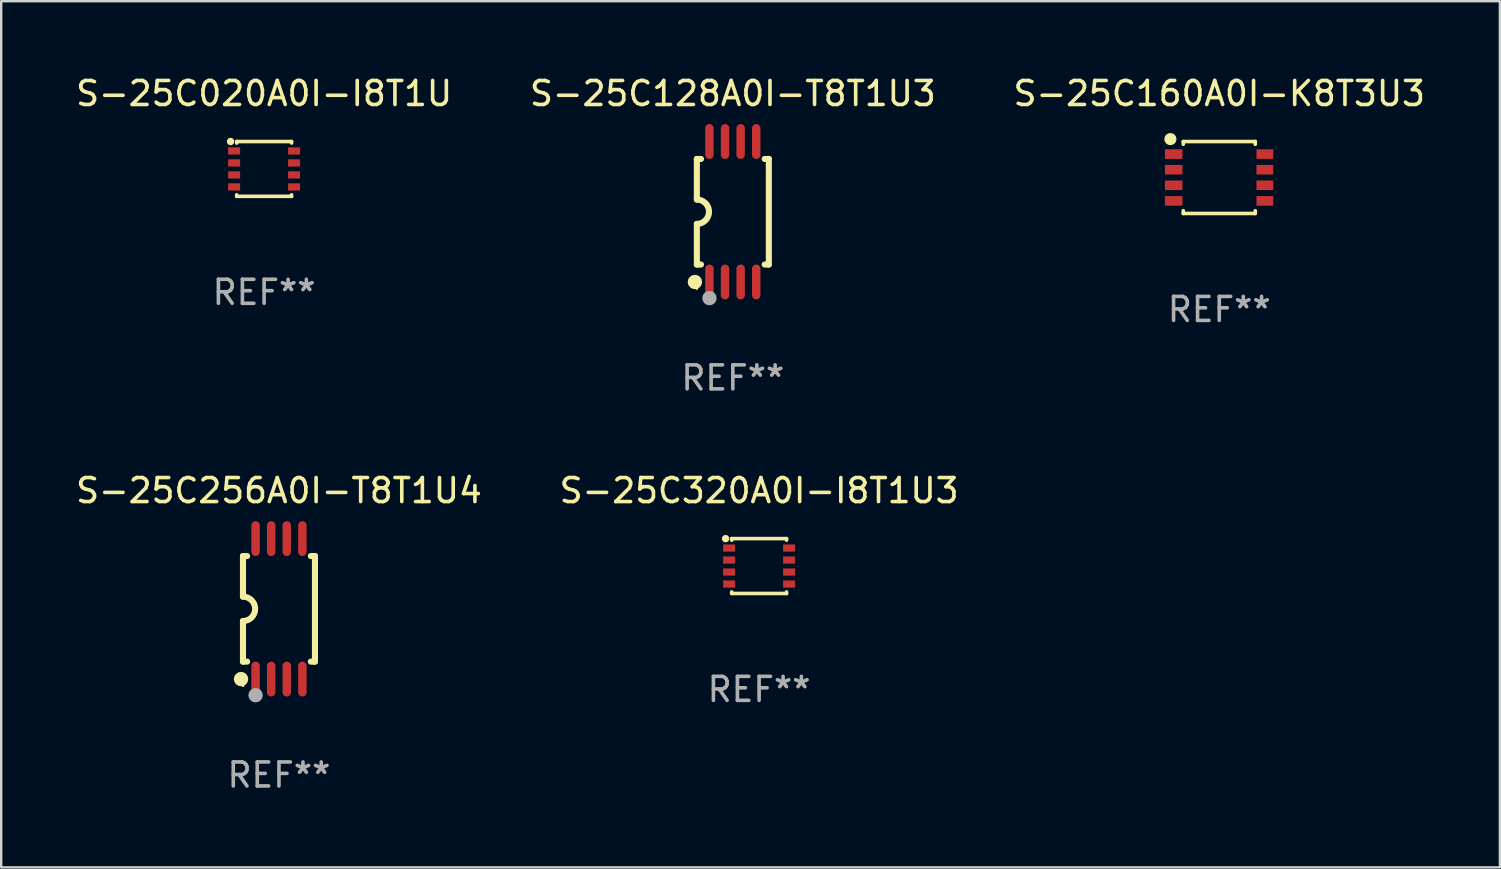
<source format=kicad_pcb>
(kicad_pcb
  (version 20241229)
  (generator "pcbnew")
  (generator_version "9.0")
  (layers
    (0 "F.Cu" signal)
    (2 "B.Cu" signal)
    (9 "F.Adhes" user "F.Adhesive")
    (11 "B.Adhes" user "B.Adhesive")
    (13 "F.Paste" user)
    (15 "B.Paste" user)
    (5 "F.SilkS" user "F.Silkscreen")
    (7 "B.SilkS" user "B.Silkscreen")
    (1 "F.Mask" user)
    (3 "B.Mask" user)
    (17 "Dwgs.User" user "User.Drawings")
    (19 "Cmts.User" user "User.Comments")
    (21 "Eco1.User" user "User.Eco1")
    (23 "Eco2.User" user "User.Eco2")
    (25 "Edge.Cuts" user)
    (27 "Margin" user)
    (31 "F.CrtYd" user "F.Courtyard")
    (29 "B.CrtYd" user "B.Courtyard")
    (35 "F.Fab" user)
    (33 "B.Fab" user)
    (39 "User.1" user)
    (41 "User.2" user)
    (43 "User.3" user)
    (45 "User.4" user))
  (footprint "S-25C320A0I-I8T1U3"
    (layer "F.Cu")
    (at 28.589 20.542)
    (property "Reference" "S-25C320A0I-I8T1U3" (at 0 -3.143 0) (layer "F.SilkS") (effects (font (size 1 1) (thickness 0.15))))
    (attr through_hole)
    (fp_line (start -1.143 -1.143) (end -1.143 -1.079) (stroke (width 0.15) (type solid)) (layer "F.SilkS"))
    (fp_line (start -1.143 1.079) (end -1.143 1.143) (stroke (width 0.15) (type solid)) (layer "F.SilkS"))
    (fp_line (start -1.143 1.143) (end 1.143 1.143) (stroke (width 0.15) (type solid)) (layer "F.SilkS"))
    (fp_line (start 1.143 -1.143) (end -1.143 -1.143) (stroke (width 0.15) (type solid)) (layer "F.SilkS"))
    (fp_line (start 1.143 -1.079) (end 1.143 -1.143) (stroke (width 0.15) (type solid)) (layer "F.SilkS"))
    (fp_line (start 1.143 1.143) (end 1.143 1.079) (stroke (width 0.15) (type solid)) (layer "F.SilkS"))
    (fp_circle (center -1.397 -1.143) (end -1.317 -1.143) (stroke (width 0.15) (type solid)) (fill no) (layer "F.SilkS"))
    (fp_text user "REF**" (at 0 5.143 0) (layer "F.Fab") (effects (font (size 1 1) (thickness 0.15))))
    (pad "1" smd rect (at -1.25 -0.75 270) (size 0.3 0.5) (layers "F.Cu" "F.Mask" "F.Paste"))
    (pad "2" smd rect (at -1.25 -0.25 270) (size 0.3 0.5) (layers "F.Cu" "F.Mask" "F.Paste"))
    (pad "3" smd rect (at -1.25 0.25 270) (size 0.3 0.5) (layers "F.Cu" "F.Mask" "F.Paste"))
    (pad "4" smd rect (at -1.25 0.75 270) (size 0.3 0.5) (layers "F.Cu" "F.Mask" "F.Paste"))
    (pad "5" smd rect (at 1.25 0.75 270) (size 0.3 0.5) (layers "F.Cu" "F.Mask" "F.Paste"))
    (pad "6" smd rect (at 1.25 0.25 270) (size 0.3 0.5) (layers "F.Cu" "F.Mask" "F.Paste"))
    (pad "7" smd rect (at 1.25 -0.25 270) (size 0.3 0.5) (layers "F.Cu" "F.Mask" "F.Paste"))
    (pad "8" smd rect (at 1.25 -0.75 270) (size 0.3 0.5) (layers "F.Cu" "F.Mask" "F.Paste")))
  (footprint "S-25C128A0I-T8T1U3"
    (layer "F.Cu")
    (at 27.494 5.775)
    (property "Reference" "S-25C128A0I-T8T1U3" (at 0 -4.927 0) (layer "F.SilkS") (effects (font (size 1 1) (thickness 0.15))))
    (attr through_hole)
    (fp_line (start -1.5 -2.2) (end -1.5 -0.508) (stroke (width 0.254) (type solid)) (layer "F.SilkS"))
    (fp_line (start -1.5 -2.2) (end -1.328 -2.2) (stroke (width 0.254) (type solid)) (layer "F.SilkS"))
    (fp_line (start -1.5 2.2) (end -1.5 0.508) (stroke (width 0.254) (type solid)) (layer "F.SilkS"))
    (fp_line (start -1.5 2.2) (end -1.328 2.2) (stroke (width 0.254) (type solid)) (layer "F.SilkS"))
    (fp_line (start 1.328 -2.2) (end 1.5 -2.2) (stroke (width 0.254) (type solid)) (layer "F.SilkS"))
    (fp_line (start 1.328 2.2) (end 1.5 2.2) (stroke (width 0.254) (type solid)) (layer "F.SilkS"))
    (fp_line (start 1.5 -2.2) (end 1.5 2.2) (stroke (width 0.254) (type solid)) (layer "F.SilkS"))
    (fp_arc (start -1.501144 -0.508) (mid -0.993143 -0.000571) (end -1.5 0.508001) (stroke (width 0.254001) (type solid)) (layer "F.SilkS"))
    (fp_circle (center -1.581 2.927) (end -1.431 2.927) (stroke (width 0.3) (type solid)) (fill no) (layer "F.SilkS"))
    (fp_circle (center -1.5 3.2) (end -1.47 3.2) (stroke (width 0.06) (type solid)) (fill no) (layer "F.SilkS"))
    (fp_circle (center -0.975 3.6) (end -0.825 3.6) (stroke (width 0.3) (type solid)) (fill no) (layer "F.Fab"))
    (fp_text user "REF**" (at 0 6.927 0) (layer "F.Fab") (effects (font (size 1 1) (thickness 0.15))))
    (pad "1" smd oval (at -0.975 2.927) (size 0.353 1.454) (layers "F.Cu" "F.Mask" "F.Paste"))
    (pad "2" smd oval (at -0.325 2.927) (size 0.353 1.454) (layers "F.Cu" "F.Mask" "F.Paste"))
    (pad "3" smd oval (at 0.325 2.927) (size 0.353 1.454) (layers "F.Cu" "F.Mask" "F.Paste"))
    (pad "4" smd oval (at 0.975 2.927) (size 0.353 1.454) (layers "F.Cu" "F.Mask" "F.Paste"))
    (pad "5" smd oval (at 0.975 -2.927) (size 0.353 1.454) (layers "F.Cu" "F.Mask" "F.Paste"))
    (pad "6" smd oval (at 0.325 -2.927) (size 0.353 1.454) (layers "F.Cu" "F.Mask" "F.Paste"))
    (pad "7" smd oval (at -0.325 -2.927) (size 0.353 1.454) (layers "F.Cu" "F.Mask" "F.Paste"))
    (pad "8" smd oval (at -0.975 -2.927) (size 0.353 1.454) (layers "F.Cu" "F.Mask" "F.Paste")))
  (footprint "S-25C020A0I-I8T1U"
    (layer "F.Cu")
    (at 7.958 3.991)
    (property "Reference" "S-25C020A0I-I8T1U" (at 0 -3.143 0) (layer "F.SilkS") (effects (font (size 1 1) (thickness 0.15))))
    (attr through_hole)
    (fp_line (start -1.143 -1.143) (end -1.143 -1.079) (stroke (width 0.15) (type solid)) (layer "F.SilkS"))
    (fp_line (start -1.143 1.079) (end -1.143 1.143) (stroke (width 0.15) (type solid)) (layer "F.SilkS"))
    (fp_line (start -1.143 1.143) (end 1.143 1.143) (stroke (width 0.15) (type solid)) (layer "F.SilkS"))
    (fp_line (start 1.143 -1.143) (end -1.143 -1.143) (stroke (width 0.15) (type solid)) (layer "F.SilkS"))
    (fp_line (start 1.143 -1.079) (end 1.143 -1.143) (stroke (width 0.15) (type solid)) (layer "F.SilkS"))
    (fp_line (start 1.143 1.143) (end 1.143 1.079) (stroke (width 0.15) (type solid)) (layer "F.SilkS"))
    (fp_circle (center -1.397 -1.143) (end -1.317 -1.143) (stroke (width 0.15) (type solid)) (fill no) (layer "F.SilkS"))
    (fp_text user "REF**" (at 0 5.143 0) (layer "F.Fab") (effects (font (size 1 1) (thickness 0.15))))
    (pad "1" smd rect (at -1.25 -0.75 270) (size 0.3 0.5) (layers "F.Cu" "F.Mask" "F.Paste"))
    (pad "2" smd rect (at -1.25 -0.25 270) (size 0.3 0.5) (layers "F.Cu" "F.Mask" "F.Paste"))
    (pad "3" smd rect (at -1.25 0.25 270) (size 0.3 0.5) (layers "F.Cu" "F.Mask" "F.Paste"))
    (pad "4" smd rect (at -1.25 0.75 270) (size 0.3 0.5) (layers "F.Cu" "F.Mask" "F.Paste"))
    (pad "5" smd rect (at 1.25 0.75 270) (size 0.3 0.5) (layers "F.Cu" "F.Mask" "F.Paste"))
    (pad "6" smd rect (at 1.25 0.25 270) (size 0.3 0.5) (layers "F.Cu" "F.Mask" "F.Paste"))
    (pad "7" smd rect (at 1.25 -0.25 270) (size 0.3 0.5) (layers "F.Cu" "F.Mask" "F.Paste"))
    (pad "8" smd rect (at 1.25 -0.75 270) (size 0.3 0.5) (layers "F.Cu" "F.Mask" "F.Paste")))
  (footprint "S-25C256A0I-T8T1U4"
    (layer "F.Cu")
    (at 8.577 22.326)
    (property "Reference" "S-25C256A0I-T8T1U4" (at 0 -4.927 0) (layer "F.SilkS") (effects (font (size 1 1) (thickness 0.15))))
    (attr through_hole)
    (fp_line (start -1.5 -2.2) (end -1.5 -0.508) (stroke (width 0.254) (type solid)) (layer "F.SilkS"))
    (fp_line (start -1.5 -2.2) (end -1.328 -2.2) (stroke (width 0.254) (type solid)) (layer "F.SilkS"))
    (fp_line (start -1.5 2.2) (end -1.5 0.508) (stroke (width 0.254) (type solid)) (layer "F.SilkS"))
    (fp_line (start -1.5 2.2) (end -1.328 2.2) (stroke (width 0.254) (type solid)) (layer "F.SilkS"))
    (fp_line (start 1.328 -2.2) (end 1.5 -2.2) (stroke (width 0.254) (type solid)) (layer "F.SilkS"))
    (fp_line (start 1.328 2.2) (end 1.5 2.2) (stroke (width 0.254) (type solid)) (layer "F.SilkS"))
    (fp_line (start 1.5 -2.2) (end 1.5 2.2) (stroke (width 0.254) (type solid)) (layer "F.SilkS"))
    (fp_arc (start -1.501144 -0.508) (mid -0.993143 -0.000571) (end -1.5 0.508001) (stroke (width 0.254001) (type solid)) (layer "F.SilkS"))
    (fp_circle (center -1.581 2.927) (end -1.431 2.927) (stroke (width 0.3) (type solid)) (fill no) (layer "F.SilkS"))
    (fp_circle (center -1.5 3.2) (end -1.47 3.2) (stroke (width 0.06) (type solid)) (fill no) (layer "F.SilkS"))
    (fp_circle (center -0.975 3.6) (end -0.825 3.6) (stroke (width 0.3) (type solid)) (fill no) (layer "F.Fab"))
    (fp_text user "REF**" (at 0 6.927 0) (layer "F.Fab") (effects (font (size 1 1) (thickness 0.15))))
    (pad "1" smd oval (at -0.975 2.927) (size 0.353 1.454) (layers "F.Cu" "F.Mask" "F.Paste"))
    (pad "2" smd oval (at -0.325 2.927) (size 0.353 1.454) (layers "F.Cu" "F.Mask" "F.Paste"))
    (pad "3" smd oval (at 0.325 2.927) (size 0.353 1.454) (layers "F.Cu" "F.Mask" "F.Paste"))
    (pad "4" smd oval (at 0.975 2.927) (size 0.353 1.454) (layers "F.Cu" "F.Mask" "F.Paste"))
    (pad "5" smd oval (at 0.975 -2.927) (size 0.353 1.454) (layers "F.Cu" "F.Mask" "F.Paste"))
    (pad "6" smd oval (at 0.325 -2.927) (size 0.353 1.454) (layers "F.Cu" "F.Mask" "F.Paste"))
    (pad "7" smd oval (at -0.325 -2.927) (size 0.353 1.454) (layers "F.Cu" "F.Mask" "F.Paste"))
    (pad "8" smd oval (at -0.975 -2.927) (size 0.353 1.454) (layers "F.Cu" "F.Mask" "F.Paste")))
  (footprint "S-25C160A0I-K8T3U3"
    (layer "F.Cu")
    (at 47.768 4.348)
    (property "Reference" "S-25C160A0I-K8T3U3" (at 0 -3.5 0) (layer "F.SilkS") (effects (font (size 1 1) (thickness 0.15))))
    (attr through_hole)
    (fp_line (start -1.5 -1.5) (end 1.5 -1.5) (stroke (width 0.15) (type solid)) (layer "F.SilkS"))
    (fp_line (start -1.5 -1.385) (end -1.5 -1.5) (stroke (width 0.15) (type solid)) (layer "F.SilkS"))
    (fp_line (start -1.5 1.5) (end -1.5 1.385) (stroke (width 0.15) (type solid)) (layer "F.SilkS"))
    (fp_line (start 1.5 -1.5) (end 1.5 -1.385) (stroke (width 0.15) (type solid)) (layer "F.SilkS"))
    (fp_line (start 1.5 1.385) (end 1.5 1.5) (stroke (width 0.15) (type solid)) (layer "F.SilkS"))
    (fp_line (start 1.5 1.5) (end -1.5 1.5) (stroke (width 0.15) (type solid)) (layer "F.SilkS"))
    (fp_circle (center -2.037 -1.6) (end -1.91 -1.6) (stroke (width 0.254) (type solid)) (fill no) (layer "F.SilkS"))
    (fp_text user "REF**" (at 0 5.5 0) (layer "F.Fab") (effects (font (size 1 1) (thickness 0.15))))
    (pad "1" smd rect (at -1.9 -0.975 180) (size 0.73 0.4) (layers "F.Cu" "F.Mask" "F.Paste"))
    (pad "2" smd rect (at -1.9 -0.325 180) (size 0.73 0.4) (layers "F.Cu" "F.Mask" "F.Paste"))
    (pad "3" smd rect (at -1.9 0.325 180) (size 0.73 0.4) (layers "F.Cu" "F.Mask" "F.Paste"))
    (pad "4" smd rect (at -1.9 0.975 180) (size 0.73 0.4) (layers "F.Cu" "F.Mask" "F.Paste"))
    (pad "5" smd rect (at 1.9 0.975 180) (size 0.7 0.4) (layers "F.Cu" "F.Mask" "F.Paste"))
    (pad "6" smd rect (at 1.9 0.325 180) (size 0.7 0.4) (layers "F.Cu" "F.Mask" "F.Paste"))
    (pad "7" smd rect (at 1.9 -0.325 180) (size 0.7 0.4) (layers "F.Cu" "F.Mask" "F.Paste"))
    (pad "8" smd rect (at 1.9 -0.975 180) (size 0.7 0.4) (layers "F.Cu" "F.Mask" "F.Paste")))
  (gr_rect
    (start -3 -3)
    (end 59.464 33.101)
    (stroke (width 0.1) (type default))
    (fill no)
    (layer "Edge.Cuts")))
</source>
